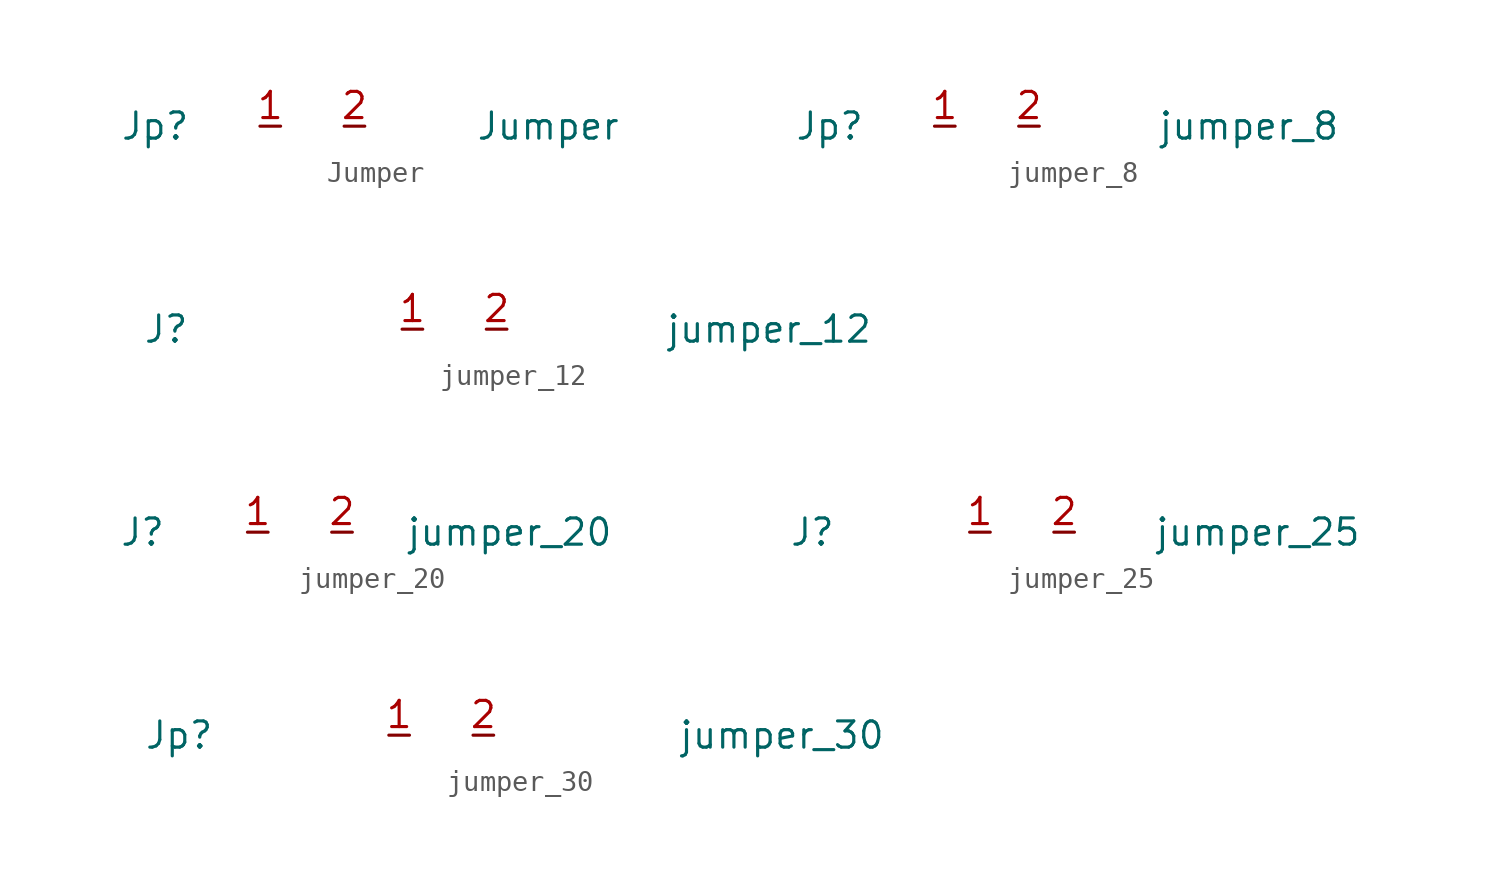
<source format=kicad_sym>
(kicad_symbol_lib
  (version 20211014)
  (generator kicad_symbol_editor)
  (symbol "Jumper"
    (property "Reference" "Jp"
      (at -7.62 -2.54 0)
      (effects (font (size 1.27 1.27))))
    (property "Value" "Jumper"
      (at 11.43 -2.54 0)
      (effects (font (size 1.27 1.27))))
    (symbol "Jumper_1_1"
      (pin bidirectional line (at -2.54 -2.54 0) (length 1) (name "" (effects (font (size 1.27 1.27)))) (number "1" (effects (font (size 1.27 1.27)))))
      (pin bidirectional line (at 2.54 -2.54 180) (length 1) (name "" (effects (font (size 1.27 1.27)))) (number "2" (effects (font (size 1.27 1.27)))))))
  (symbol "jumper_8"
    (property "Reference" "Jp"
      (at -7.62 -2.54 0)
      (effects (font (size 1.27 1.27))))
    (property "Value" "jumper_8"
      (at 12.7 -2.54 0)
      (effects (font (size 1.27 1.27))))
    (symbol "jumper_8_1_1"
      (pin bidirectional line (at -2.54 -2.54 0) (length 1) (name "" (effects (font (size 1.27 1.27)))) (number "1" (effects (font (size 1.27 1.27)))))
      (pin bidirectional line (at 2.54 -2.54 180) (length 1) (name "" (effects (font (size 1.27 1.27)))) (number "2" (effects (font (size 1.27 1.27)))))))
  (symbol "jumper_12"
    (property "Reference" "J"
      (at -13.97 -2.54 0)
      (effects (font (size 1.27 1.27))))
    (property "Value" "jumper_12"
      (at 15.24 -2.54 0)
      (effects (font (size 1.27 1.27))))
    (symbol "jumper_12_1_1"
      (pin bidirectional line (at -2.54 -2.54 0) (length 1) (name "" (effects (font (size 1.27 1.27)))) (number "1" (effects (font (size 1.27 1.27)))))
      (pin bidirectional line (at 2.54 -2.54 180) (length 1) (name "" (effects (font (size 1.27 1.27)))) (number "2" (effects (font (size 1.27 1.27)))))))
  (symbol "jumper_20"
    (property "Reference" "J"
      (at -7.62 -2.54 0)
      (effects (font (size 1.27 1.27))))
    (property "Value" "jumper_20"
      (at 10.16 -2.54 0)
      (effects (font (size 1.27 1.27))))
    (symbol "jumper_20_1_1"
      (pin bidirectional line (at -2.54 -2.54 0) (length 1) (name "" (effects (font (size 1.27 1.27)))) (number "1" (effects (font (size 1.27 1.27)))))
      (pin bidirectional line (at 2.54 -2.54 180) (length 1) (name "" (effects (font (size 1.27 1.27)))) (number "2" (effects (font (size 1.27 1.27)))))))
  (symbol "jumper_25"
    (property "Reference" "J"
      (at -10.16 -2.54 0)
      (effects (font (size 1.27 1.27))))
    (property "Value" "jumper_25"
      (at 11.43 -2.54 0)
      (effects (font (size 1.27 1.27))))
    (symbol "jumper_25_1_1"
      (pin bidirectional line (at -2.54 -2.54 0) (length 1) (name "" (effects (font (size 1.27 1.27)))) (number "1" (effects (font (size 1.27 1.27)))))
      (pin bidirectional line (at 2.54 -2.54 180) (length 1) (name "" (effects (font (size 1.27 1.27)))) (number "2" (effects (font (size 1.27 1.27)))))))
  (symbol "jumper_30"
    (property "Reference" "Jp"
      (at -12.7 -2.54 0)
      (effects (font (size 1.27 1.27))))
    (property "Value" "jumper_30"
      (at 16.51 -2.54 0)
      (effects (font (size 1.27 1.27))))
    (symbol "jumper_30_1_1"
      (pin bidirectional line (at -2.54 -2.54 0) (length 1) (name "" (effects (font (size 1.27 1.27)))) (number "1" (effects (font (size 1.27 1.27)))))
      (pin bidirectional line (at 2.54 -2.54 180) (length 1) (name "" (effects (font (size 1.27 1.27)))) (number "2" (effects (font (size 1.27 1.27))))))))
</source>
